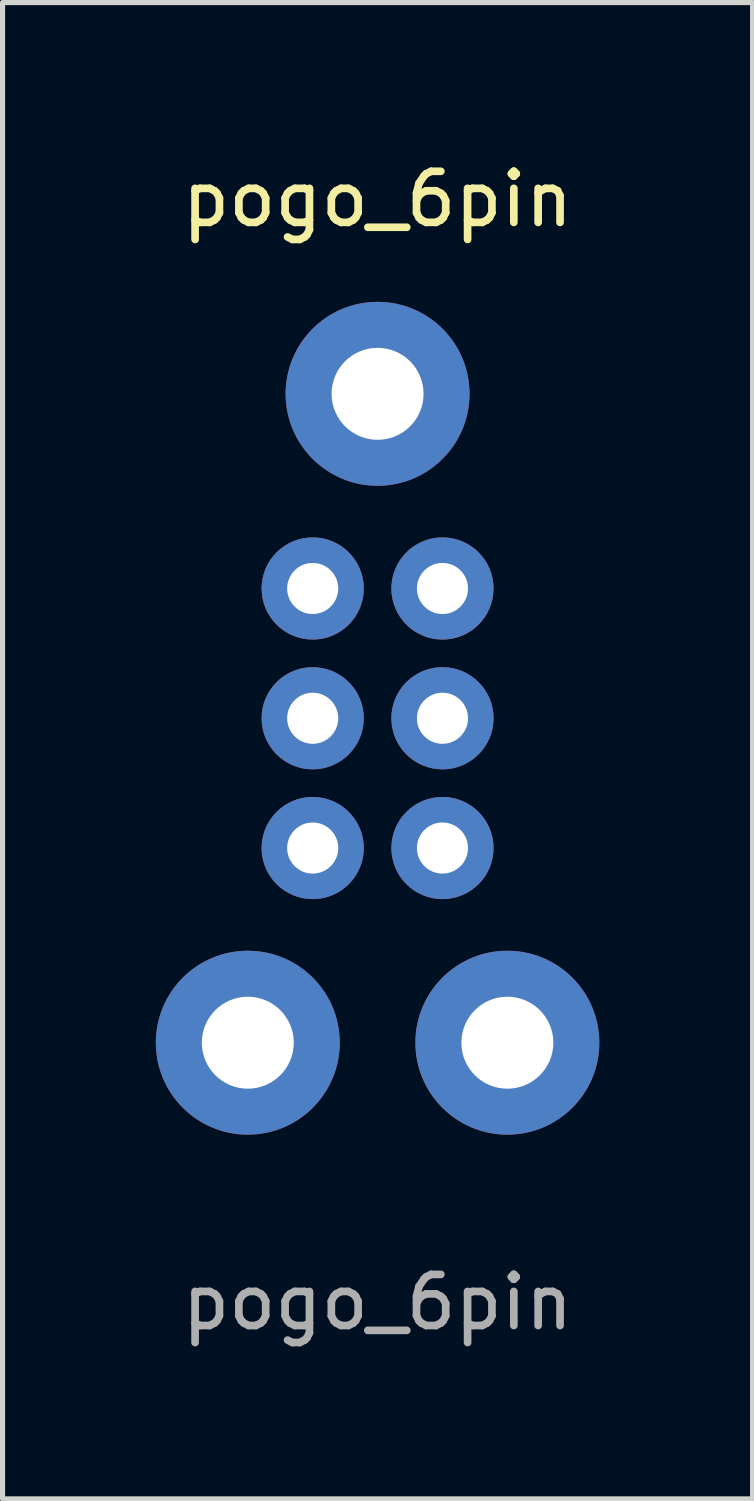
<source format=kicad_pcb>
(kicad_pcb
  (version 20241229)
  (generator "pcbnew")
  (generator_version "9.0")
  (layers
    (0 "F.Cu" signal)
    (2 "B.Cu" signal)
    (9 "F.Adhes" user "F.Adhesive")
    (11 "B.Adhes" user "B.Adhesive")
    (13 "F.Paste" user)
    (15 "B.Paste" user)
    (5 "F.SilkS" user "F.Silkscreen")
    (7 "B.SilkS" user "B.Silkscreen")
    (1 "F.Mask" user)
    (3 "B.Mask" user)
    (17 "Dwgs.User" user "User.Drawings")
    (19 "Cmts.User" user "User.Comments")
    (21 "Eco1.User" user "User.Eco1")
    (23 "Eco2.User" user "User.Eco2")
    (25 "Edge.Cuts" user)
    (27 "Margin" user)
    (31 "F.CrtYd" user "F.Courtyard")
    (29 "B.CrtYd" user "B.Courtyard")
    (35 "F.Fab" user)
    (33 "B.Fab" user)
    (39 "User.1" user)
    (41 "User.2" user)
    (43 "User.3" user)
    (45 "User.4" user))
  (footprint "pogo_6pin"
    (layer "F.Cu")
    (at 4.34 11.008)
    (property "Reference" "pogo_6pin" (at 0 -10.16 0) (unlocked yes) (layer "F.SilkS") (effects (font (size 1 1) (thickness 0.15))))
    (attr through_hole)
    (fp_text user "${REFERENCE}" (at 0 11.43 0) (unlocked yes) (layer "F.Fab") (effects (font (size 1 1) (thickness 0.15))))
    (pad "" thru_hole circle (at -2.54 6.35) (size 3.6 3.6) (drill 1.8) (layers "*.Cu" "*.Mask"))
    (pad "" thru_hole circle (at 0 -6.35) (size 3.6 3.6) (drill 1.8) (layers "*.Cu" "*.Mask"))
    (pad "" thru_hole circle (at 2.54 6.35) (size 3.6 3.6) (drill 1.8) (layers "*.Cu" "*.Mask"))
    (pad "1" thru_hole circle (at -1.27 -2.54) (size 2 2) (drill 1) (layers "*.Cu" "*.Mask"))
    (pad "2" thru_hole circle (at 1.27 -2.54) (size 2 2) (drill 1) (layers "*.Cu" "*.Mask"))
    (pad "3" thru_hole circle (at -1.27 0) (size 2 2) (drill 1) (layers "*.Cu" "*.Mask"))
    (pad "4" thru_hole circle (at 1.27 0) (size 2 2) (drill 1) (layers "*.Cu" "*.Mask"))
    (pad "5" thru_hole circle (at -1.27 2.54) (size 2 2) (drill 1) (layers "*.Cu" "*.Mask"))
    (pad "6" thru_hole circle (at 1.27 2.54) (size 2 2) (drill 1) (layers "*.Cu" "*.Mask")))
  (gr_rect
    (start -3 -3)
    (end 11.68 26.287)
    (stroke (width 0.1) (type default))
    (fill no)
    (layer "Edge.Cuts")))
</source>
